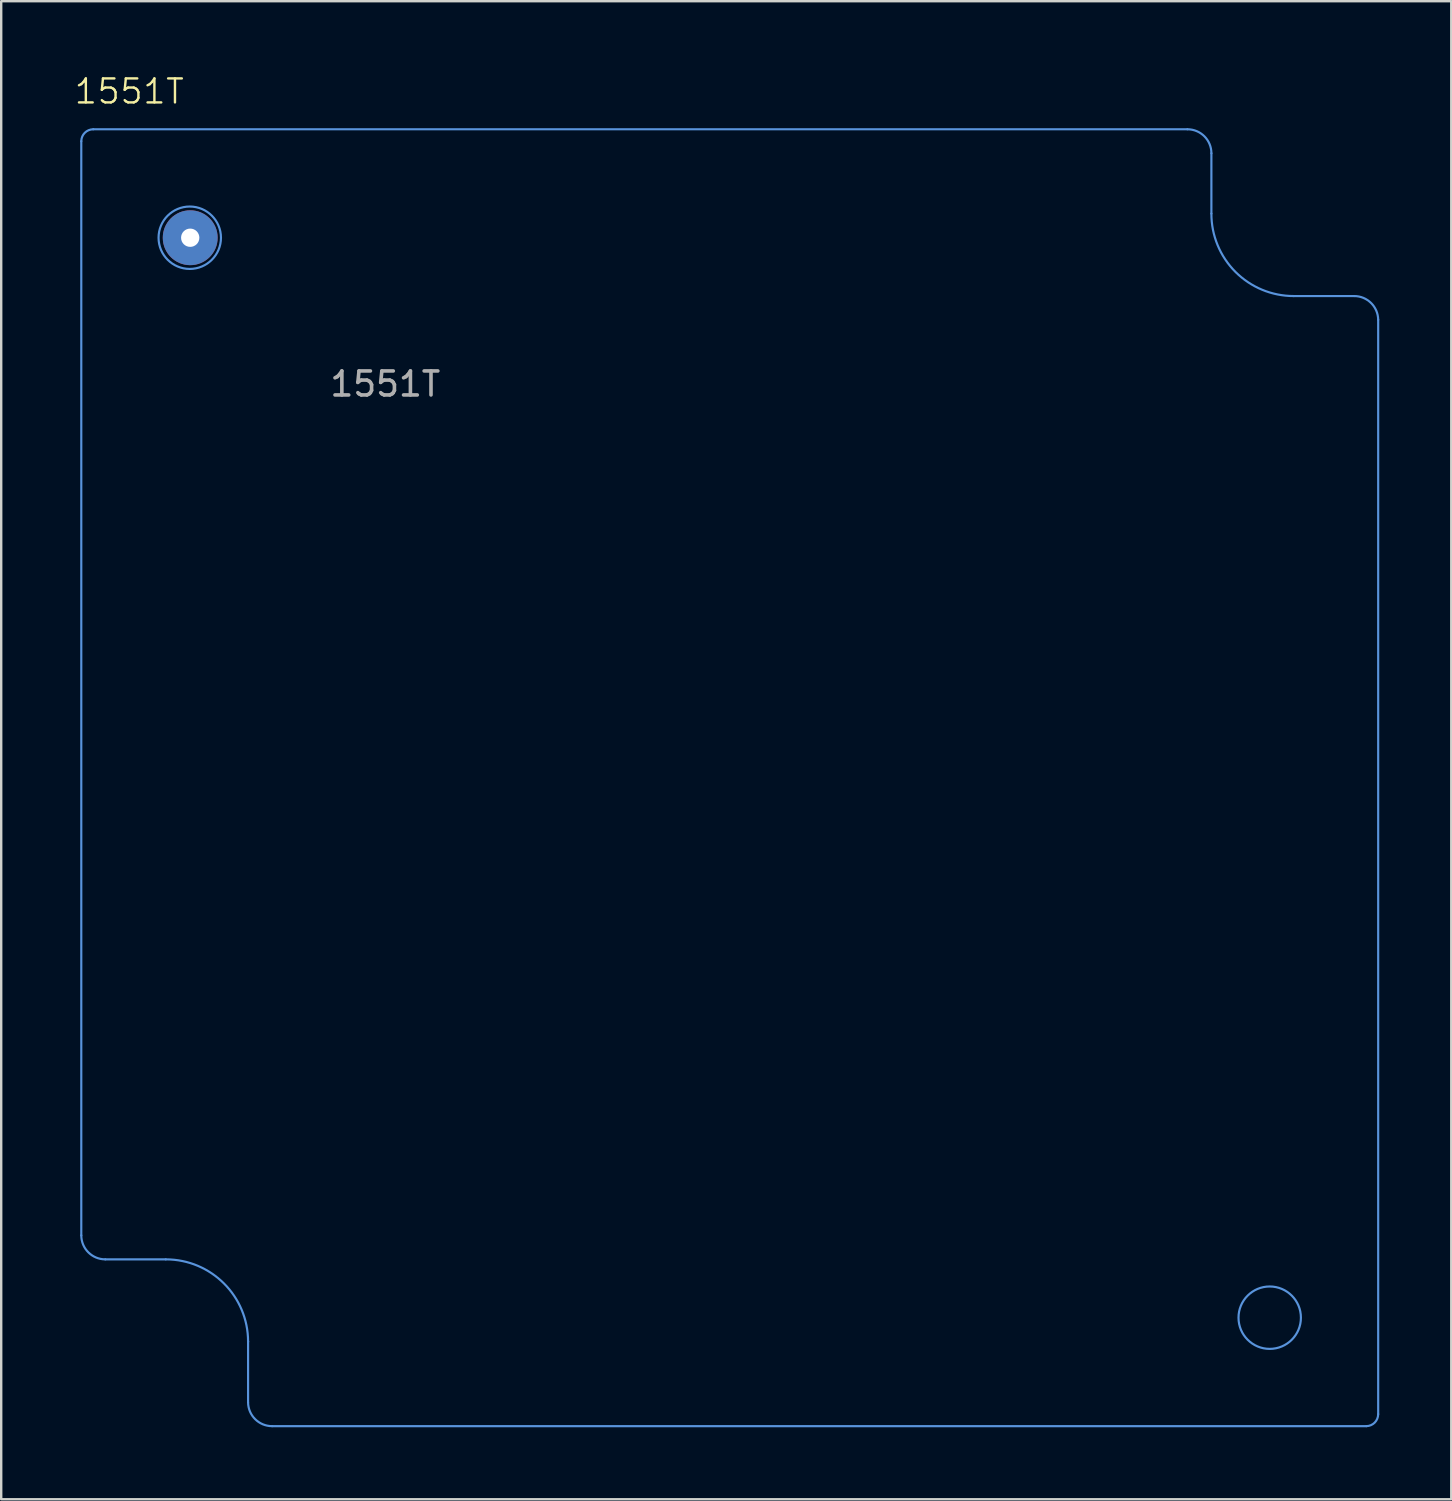
<source format=kicad_pcb>
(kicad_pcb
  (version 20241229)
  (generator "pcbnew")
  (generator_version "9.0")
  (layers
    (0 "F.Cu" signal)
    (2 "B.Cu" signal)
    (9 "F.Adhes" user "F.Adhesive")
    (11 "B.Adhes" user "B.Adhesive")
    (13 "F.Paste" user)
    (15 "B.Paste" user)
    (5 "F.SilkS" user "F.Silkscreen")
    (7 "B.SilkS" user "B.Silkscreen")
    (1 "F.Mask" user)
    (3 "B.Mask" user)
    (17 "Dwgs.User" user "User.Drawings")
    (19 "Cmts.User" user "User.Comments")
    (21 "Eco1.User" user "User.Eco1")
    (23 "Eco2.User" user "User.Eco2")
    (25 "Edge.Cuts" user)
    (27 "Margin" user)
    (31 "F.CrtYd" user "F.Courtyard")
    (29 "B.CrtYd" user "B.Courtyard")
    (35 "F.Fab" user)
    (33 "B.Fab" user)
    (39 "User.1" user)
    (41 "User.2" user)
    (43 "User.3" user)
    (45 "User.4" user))
  (footprint "1551T"
    (layer "F.Cu")
    (at 4.876 6.856)
    (property "Reference" "1551T" (at -2.54 -6.096 0) (unlocked yes) (layer "F.SilkS") (effects (font (size 1 1) (thickness 0.1))))
    (fp_line (start -4.539 -4.02) (end -4.539 41.57) (stroke (width 0.09) (type default)) (layer "Cmts.User"))
    (fp_line (start -3.539 42.57) (end -1.019 42.57) (stroke (width 0.09) (type default)) (layer "Cmts.User"))
    (fp_line (start 2.411 46) (end 2.411 46) (stroke (width 0.09) (type default)) (layer "Cmts.User"))
    (fp_line (start 2.411 46) (end 2.411 48.525) (stroke (width 0.09) (type default)) (layer "Cmts.User"))
    (fp_line (start 3.411 49.52) (end 49.008 49.52) (stroke (width 0.09) (type default)) (layer "Cmts.User"))
    (fp_line (start 41.551 -4.52) (end -4.039 -4.52) (stroke (width 0.09) (type default)) (layer "Cmts.User"))
    (fp_line (start 42.551 -1.007) (end 42.551 -3.52) (stroke (width 0.09) (type default)) (layer "Cmts.User"))
    (fp_line (start 48.501 2.43) (end 45.981 2.43) (stroke (width 0.09) (type default)) (layer "Cmts.User"))
    (fp_line (start 49.501 49.02) (end 49.501 3.417) (stroke (width 0.09) (type default)) (layer "Cmts.User"))
    (fp_arc (start -4.5386 -4.019778) (mid -4.392147 -4.373296) (end -4.0386 -4.51973) (stroke (width 0.09) (type default)) (layer "Cmts.User"))
    (fp_arc (start -3.5386 42.56982) (mid -4.245705 42.276927) (end -4.5386 41.569822) (stroke (width 0.09) (type default)) (layer "Cmts.User"))
    (fp_arc (start -1.0189 42.56982) (mid 1.406619 43.574503) (end 2.411302 46.000022) (stroke (width 0.09) (type default)) (layer "Cmts.User"))
    (fp_arc (start 3.4113 49.519729) (mid 2.706191 49.228831) (end 2.411309 48.525378) (stroke (width 0.09) (type default)) (layer "Cmts.User"))
    (fp_arc (start 41.551 -4.51973) (mid 42.258073 -4.226851) (end 42.55095 -3.519778) (stroke (width 0.09) (type default)) (layer "Cmts.User"))
    (fp_arc (start 45.9811 2.430179) (mid 43.553164 1.423058) (end 42.55095 -1.006907) (stroke (width 0.09) (type default)) (layer "Cmts.User"))
    (fp_arc (start 48.5009 2.430179) (mid 49.203432 2.718509) (end 49.500859 3.417239) (stroke (width 0.09) (type default)) (layer "Cmts.User"))
    (fp_arc (start 49.500859 49.019622) (mid 49.356917 49.370718) (end 49.007941 49.519729) (stroke (width 0.09) (type default)) (layer "Cmts.User"))
    (fp_circle (center -0.019 0) (end 1.281 0) (stroke (width 0.09) (type default)) (fill no) (layer "Cmts.User"))
    (fp_circle (center 44.981 45) (end 46.281 45) (stroke (width 0.09) (type default)) (fill no) (layer "Cmts.User"))
    (fp_text user "${REFERENCE}" (at 8.128 6.096 0) (unlocked yes) (layer "F.Fab") (effects (font (size 1 1) (thickness 0.15))))
    (pad "1" thru_hole circle (at 0 0) (size 2.286 2.286) (drill 0.762) (layers "*.Cu" "*.Mask")))
  (gr_rect
    (start -3 -3)
    (end 57.422 59.421)
    (stroke (width 0.1) (type default))
    (fill no)
    (layer "Edge.Cuts")))
</source>
